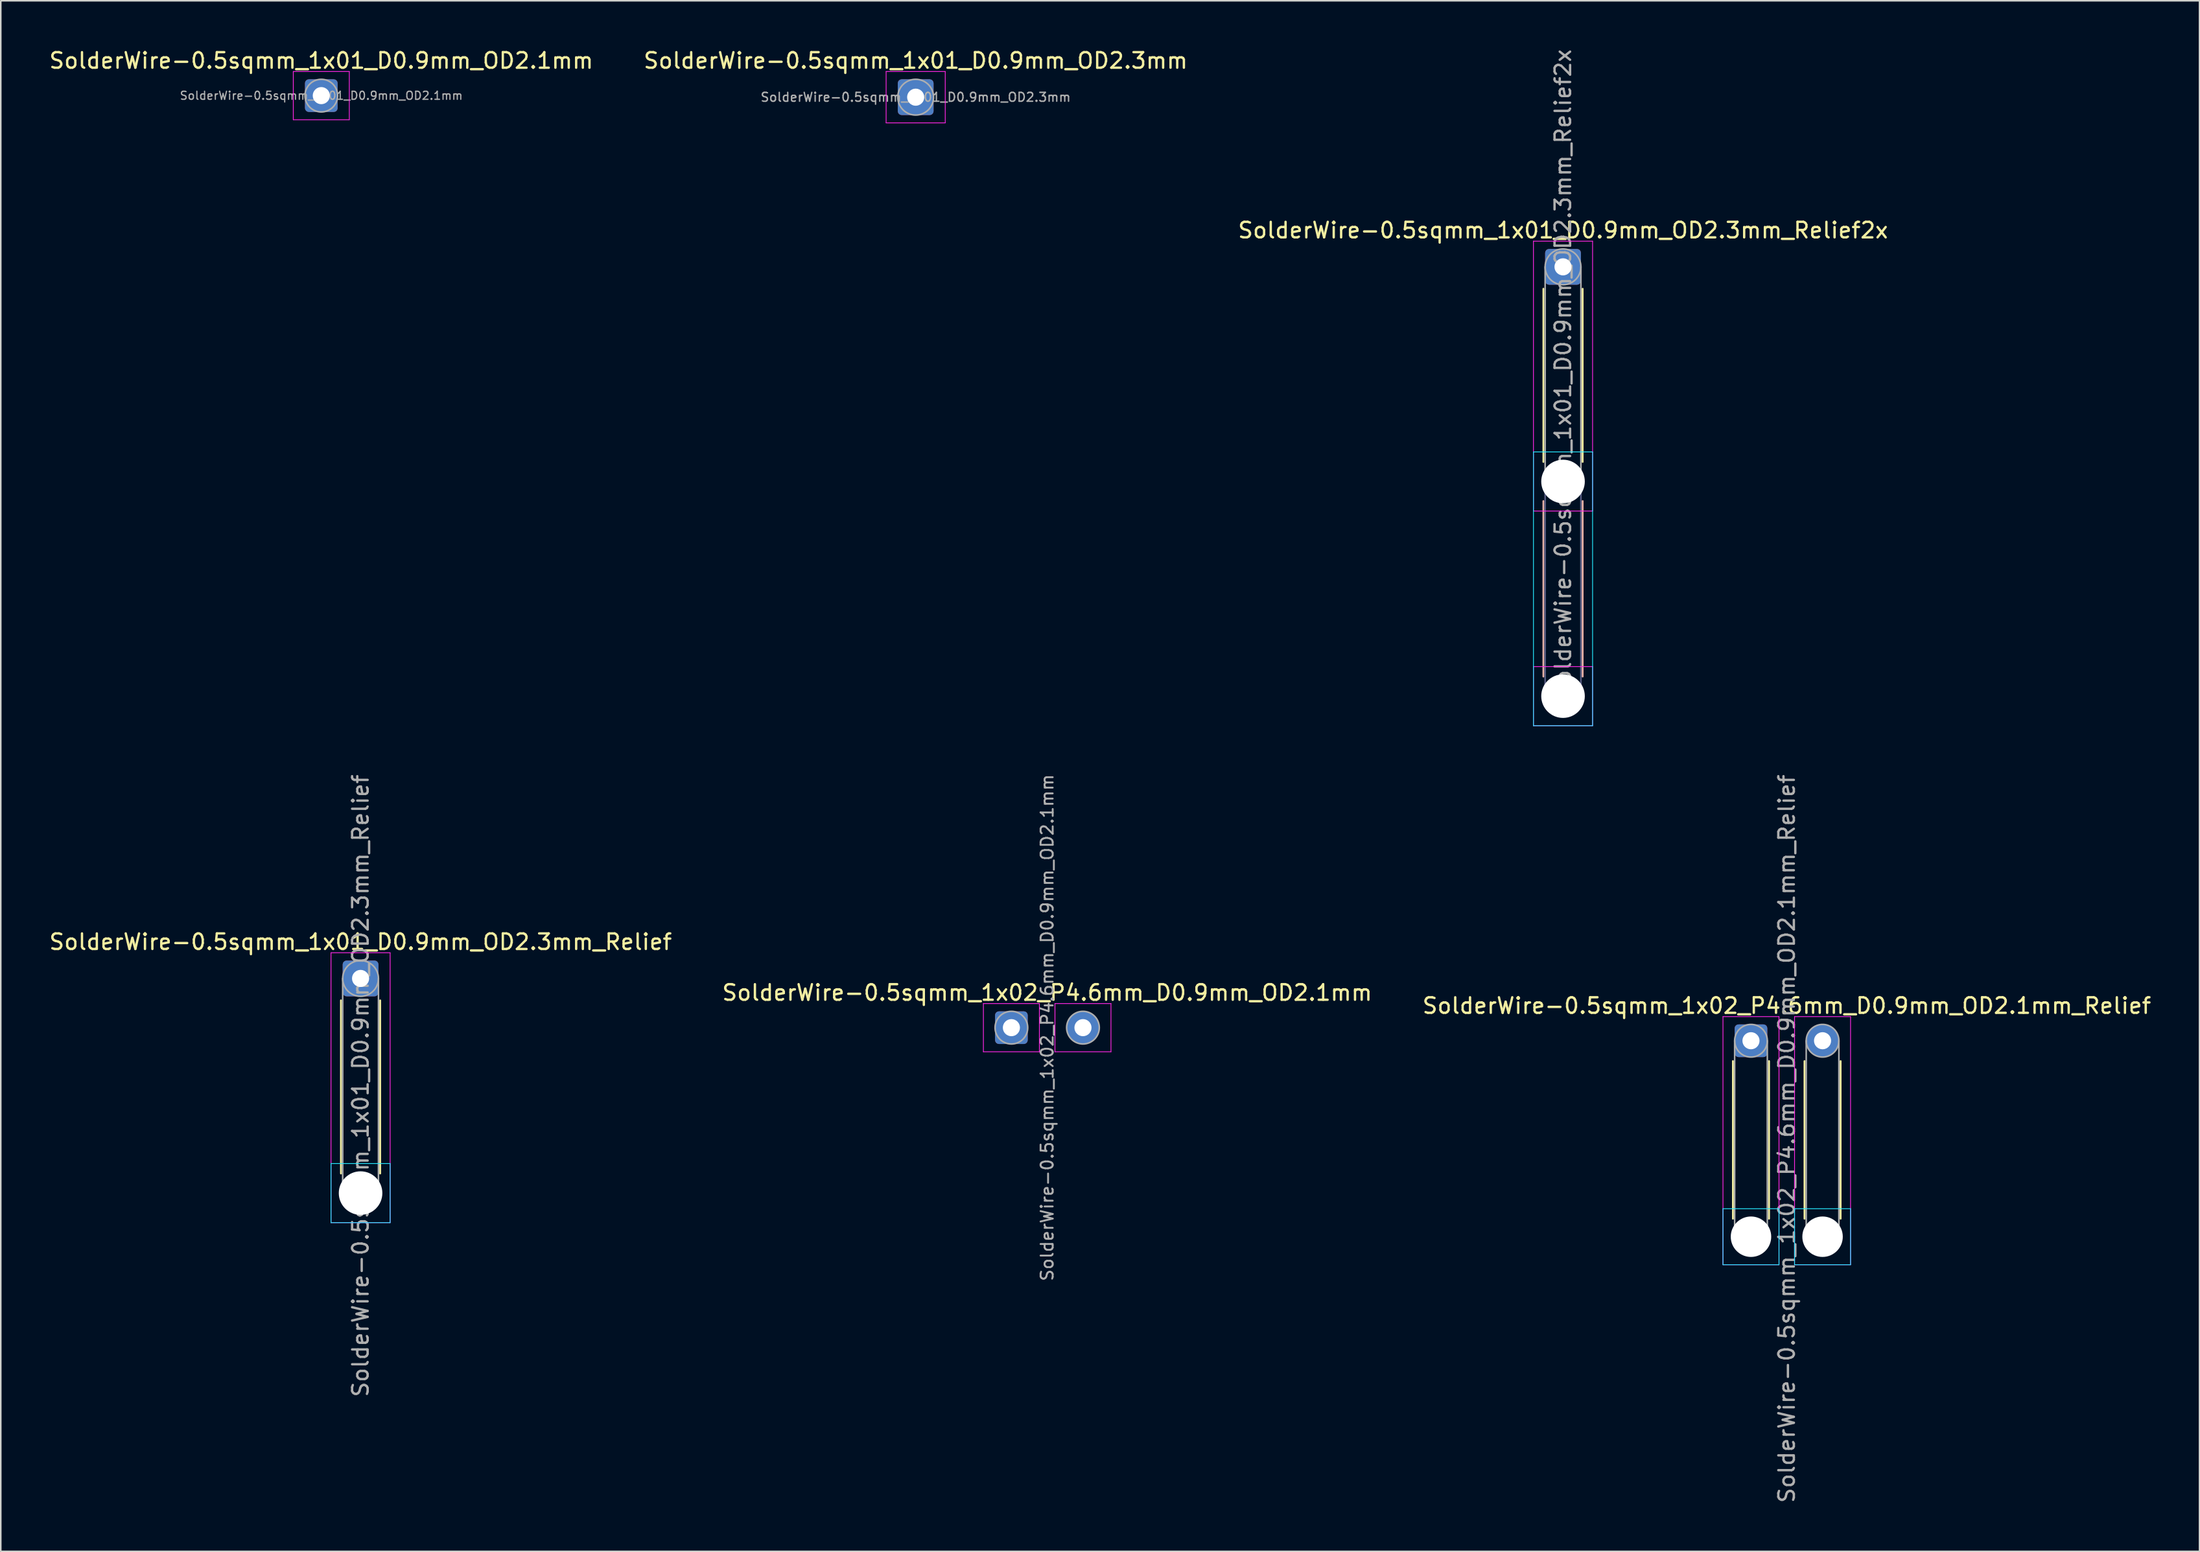
<source format=kicad_pcb>
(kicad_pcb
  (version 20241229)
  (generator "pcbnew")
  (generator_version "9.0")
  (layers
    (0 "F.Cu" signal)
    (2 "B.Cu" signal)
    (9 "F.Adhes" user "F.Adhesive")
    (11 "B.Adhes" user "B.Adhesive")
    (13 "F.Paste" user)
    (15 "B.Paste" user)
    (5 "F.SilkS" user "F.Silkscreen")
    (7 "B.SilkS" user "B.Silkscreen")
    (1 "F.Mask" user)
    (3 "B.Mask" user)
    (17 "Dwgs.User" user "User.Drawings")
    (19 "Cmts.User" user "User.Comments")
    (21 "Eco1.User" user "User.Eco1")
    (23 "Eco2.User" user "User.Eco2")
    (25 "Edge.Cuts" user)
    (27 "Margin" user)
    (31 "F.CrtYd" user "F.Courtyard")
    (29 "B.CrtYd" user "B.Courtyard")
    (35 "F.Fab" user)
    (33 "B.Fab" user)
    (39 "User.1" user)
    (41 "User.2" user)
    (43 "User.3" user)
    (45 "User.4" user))
  (footprint "SolderWire-0.5sqmm_1x02_P4.6mm_D0.9mm_OD2.1mm_Relief"
    (layer "F.Cu")
    (at 109.492 63.861)
    (property "Reference" "SolderWire-0.5sqmm_1x02_P4.6mm_D0.9mm_OD2.1mm_Relief" (at 2.3 -2.25 0) (layer "F.SilkS") (effects (font (size 1 1) (thickness 0.15))))
    (attr exclude_from_pos_files exclude_from_bom)
    (fp_line (start -1.16 1.31) (end -1.16 11.44) (stroke (width 0.12) (type solid)) (layer "F.SilkS"))
    (fp_line (start 1.16 1.31) (end 1.16 11.44) (stroke (width 0.12) (type solid)) (layer "F.SilkS"))
    (fp_line (start 3.44 1.31) (end 3.44 11.44) (stroke (width 0.12) (type solid)) (layer "F.SilkS"))
    (fp_line (start 5.76 1.31) (end 5.76 11.44) (stroke (width 0.12) (type solid)) (layer "F.SilkS"))
    (fp_line (start -1.8 10.8) (end -1.8 14.4) (stroke (width 0.05) (type solid)) (layer "B.CrtYd"))
    (fp_line (start -1.8 14.4) (end 1.8 14.4) (stroke (width 0.05) (type solid)) (layer "B.CrtYd"))
    (fp_line (start 1.8 10.8) (end -1.8 10.8) (stroke (width 0.05) (type solid)) (layer "B.CrtYd"))
    (fp_line (start 1.8 14.4) (end 1.8 10.8) (stroke (width 0.05) (type solid)) (layer "B.CrtYd"))
    (fp_line (start 2.8 10.8) (end 2.8 14.4) (stroke (width 0.05) (type solid)) (layer "B.CrtYd"))
    (fp_line (start 2.8 14.4) (end 6.4 14.4) (stroke (width 0.05) (type solid)) (layer "B.CrtYd"))
    (fp_line (start 6.4 10.8) (end 2.8 10.8) (stroke (width 0.05) (type solid)) (layer "B.CrtYd"))
    (fp_line (start 6.4 14.4) (end 6.4 10.8) (stroke (width 0.05) (type solid)) (layer "B.CrtYd"))
    (fp_line (start -1.8 -1.55) (end -1.8 14.4) (stroke (width 0.05) (type solid)) (layer "F.CrtYd"))
    (fp_line (start -1.8 14.4) (end 1.8 14.4) (stroke (width 0.05) (type solid)) (layer "F.CrtYd"))
    (fp_line (start 1.8 -1.55) (end -1.8 -1.55) (stroke (width 0.05) (type solid)) (layer "F.CrtYd"))
    (fp_line (start 1.8 14.4) (end 1.8 -1.55) (stroke (width 0.05) (type solid)) (layer "F.CrtYd"))
    (fp_line (start 2.8 -1.55) (end 2.8 14.4) (stroke (width 0.05) (type solid)) (layer "F.CrtYd"))
    (fp_line (start 2.8 14.4) (end 6.4 14.4) (stroke (width 0.05) (type solid)) (layer "F.CrtYd"))
    (fp_line (start 6.4 -1.55) (end 2.8 -1.55) (stroke (width 0.05) (type solid)) (layer "F.CrtYd"))
    (fp_line (start 6.4 14.4) (end 6.4 -1.55) (stroke (width 0.05) (type solid)) (layer "F.CrtYd"))
    (fp_line (start -1.05 0) (end -1.05 12.6) (stroke (width 0.1) (type solid)) (layer "F.Fab"))
    (fp_line (start 1.05 0) (end 1.05 12.6) (stroke (width 0.1) (type solid)) (layer "F.Fab"))
    (fp_line (start 3.55 0) (end 3.55 12.6) (stroke (width 0.1) (type solid)) (layer "F.Fab"))
    (fp_line (start 5.65 0) (end 5.65 12.6) (stroke (width 0.1) (type solid)) (layer "F.Fab"))
    (fp_circle (center 0 0) (end 1.05 0) (stroke (width 0.1) (type solid)) (fill no) (layer "F.Fab"))
    (fp_circle (center 0 12.6) (end 1.05 12.6) (stroke (width 0.1) (type solid)) (fill no) (layer "F.Fab"))
    (fp_circle (center 4.6 0) (end 5.65 0) (stroke (width 0.1) (type solid)) (fill no) (layer "F.Fab"))
    (fp_circle (center 4.6 12.6) (end 5.65 12.6) (stroke (width 0.1) (type solid)) (fill no) (layer "F.Fab"))
    (fp_text user "${REFERENCE}" (at 2.3 6.3 90) (layer "F.Fab") (effects (font (size 1 1) (thickness 0.15))))
    (pad "" np_thru_hole circle (at 0 12.6) (size 2.6 2.6) (drill 2.6) (layers "*.Cu" "*.Mask"))
    (pad "" np_thru_hole circle (at 4.6 12.6) (size 2.6 2.6) (drill 2.6) (layers "*.Cu" "*.Mask"))
    (pad "1" thru_hole roundrect (at 0 0) (size 2.1 2.1) (drill 1.1) (layers "*.Cu" "*.Mask") (roundrect_rratio 0.119))
    (pad "2" thru_hole circle (at 4.6 0) (size 2.1 2.1) (drill 1.1) (layers "*.Cu" "*.Mask")))
  (footprint "SolderWire-0.5sqmm_1x01_D0.9mm_OD2.3mm_Relief2x"
    (layer "F.Cu")
    (at 97.411 14.106)
    (property "Reference" "SolderWire-0.5sqmm_1x01_D0.9mm_OD2.3mm_Relief2x" (at 0 -2.35 0) (layer "F.SilkS") (effects (font (size 1 1) (thickness 0.15))))
    (attr exclude_from_pos_files exclude_from_bom)
    (fp_line (start -1.26 1.41) (end -1.26 12.54) (stroke (width 0.12) (type solid)) (layer "F.SilkS"))
    (fp_line (start 1.26 1.41) (end 1.26 12.54) (stroke (width 0.12) (type solid)) (layer "F.SilkS"))
    (fp_line (start -1.26 15.06) (end -1.26 26.34) (stroke (width 0.12) (type solid)) (layer "B.SilkS"))
    (fp_line (start 1.26 15.06) (end 1.26 26.34) (stroke (width 0.12) (type solid)) (layer "B.SilkS"))
    (fp_line (start -1.9 11.9) (end -1.9 29.5) (stroke (width 0.05) (type solid)) (layer "B.CrtYd"))
    (fp_line (start -1.9 29.5) (end 1.9 29.5) (stroke (width 0.05) (type solid)) (layer "B.CrtYd"))
    (fp_line (start 1.9 11.9) (end -1.9 11.9) (stroke (width 0.05) (type solid)) (layer "B.CrtYd"))
    (fp_line (start 1.9 29.5) (end 1.9 11.9) (stroke (width 0.05) (type solid)) (layer "B.CrtYd"))
    (fp_line (start -1.9 -1.65) (end -1.9 15.7) (stroke (width 0.05) (type solid)) (layer "F.CrtYd"))
    (fp_line (start -1.9 15.7) (end 1.9 15.7) (stroke (width 0.05) (type solid)) (layer "F.CrtYd"))
    (fp_line (start -1.9 25.7) (end -1.9 29.5) (stroke (width 0.05) (type solid)) (layer "F.CrtYd"))
    (fp_line (start -1.9 29.5) (end 1.9 29.5) (stroke (width 0.05) (type solid)) (layer "F.CrtYd"))
    (fp_line (start 1.9 -1.65) (end -1.9 -1.65) (stroke (width 0.05) (type solid)) (layer "F.CrtYd"))
    (fp_line (start 1.9 15.7) (end 1.9 -1.65) (stroke (width 0.05) (type solid)) (layer "F.CrtYd"))
    (fp_line (start 1.9 25.7) (end -1.9 25.7) (stroke (width 0.05) (type solid)) (layer "F.CrtYd"))
    (fp_line (start 1.9 29.5) (end 1.9 25.7) (stroke (width 0.05) (type solid)) (layer "F.CrtYd"))
    (fp_line (start -1.15 13.8) (end -1.15 27.6) (stroke (width 0.1) (type solid)) (layer "B.Fab"))
    (fp_line (start 1.15 13.8) (end 1.15 27.6) (stroke (width 0.1) (type solid)) (layer "B.Fab"))
    (fp_circle (center 0 13.8) (end 1.15 13.8) (stroke (width 0.1) (type solid)) (fill no) (layer "B.Fab"))
    (fp_circle (center 0 27.6) (end 1.15 27.6) (stroke (width 0.1) (type solid)) (fill no) (layer "B.Fab"))
    (fp_line (start -1.15 0) (end -1.15 13.8) (stroke (width 0.1) (type solid)) (layer "F.Fab"))
    (fp_line (start 1.15 0) (end 1.15 13.8) (stroke (width 0.1) (type solid)) (layer "F.Fab"))
    (fp_circle (center 0 0) (end 1.15 0) (stroke (width 0.1) (type solid)) (fill no) (layer "F.Fab"))
    (fp_circle (center 0 13.8) (end 1.15 13.8) (stroke (width 0.1) (type solid)) (fill no) (layer "F.Fab"))
    (fp_circle (center 0 27.6) (end 1.15 27.6) (stroke (width 0.1) (type solid)) (fill no) (layer "F.Fab"))
    (fp_text user "${REFERENCE}" (at 0 6.9 90) (layer "F.Fab") (effects (font (size 1 1) (thickness 0.15))))
    (pad "" np_thru_hole circle (at 0 13.8) (size 2.8 2.8) (drill 2.8) (layers "*.Cu" "*.Mask"))
    (pad "" np_thru_hole circle (at 0 27.6) (size 2.8 2.8) (drill 2.8) (layers "*.Cu" "*.Mask"))
    (pad "1" thru_hole roundrect (at 0 0) (size 2.3 2.3) (drill 1.1) (layers "*.Cu" "*.Mask") (roundrect_rratio 0.109)))
  (footprint "SolderWire-0.5sqmm_1x01_D0.9mm_OD2.3mm"
    (layer "F.Cu")
    (at 55.804 3.198)
    (property "Reference" "SolderWire-0.5sqmm_1x01_D0.9mm_OD2.3mm" (at 0 -2.35 0) (layer "F.SilkS") (effects (font (size 1 1) (thickness 0.15))))
    (attr exclude_from_pos_files exclude_from_bom)
    (fp_line (start -1.9 -1.65) (end -1.9 1.65) (stroke (width 0.05) (type solid)) (layer "F.CrtYd"))
    (fp_line (start -1.9 1.65) (end 1.9 1.65) (stroke (width 0.05) (type solid)) (layer "F.CrtYd"))
    (fp_line (start 1.9 -1.65) (end -1.9 -1.65) (stroke (width 0.05) (type solid)) (layer "F.CrtYd"))
    (fp_line (start 1.9 1.65) (end 1.9 -1.65) (stroke (width 0.05) (type solid)) (layer "F.CrtYd"))
    (fp_circle (center 0 0) (end 1.15 0) (stroke (width 0.1) (type solid)) (fill no) (layer "F.Fab"))
    (fp_text user "${REFERENCE}" (at 0 0 0) (layer "F.Fab") (effects (font (size 0.57 0.57) (thickness 0.09))))
    (pad "1" thru_hole roundrect (at 0 0) (size 2.3 2.3) (drill 1.1) (layers "*.Cu" "*.Mask") (roundrect_rratio 0.109)))
  (footprint "SolderWire-0.5sqmm_1x02_P4.6mm_D0.9mm_OD2.1mm"
    (layer "F.Cu")
    (at 61.956 63.02)
    (property "Reference" "SolderWire-0.5sqmm_1x02_P4.6mm_D0.9mm_OD2.1mm" (at 2.3 -2.25 0) (layer "F.SilkS") (effects (font (size 1 1) (thickness 0.15))))
    (attr exclude_from_pos_files exclude_from_bom)
    (fp_line (start -1.8 -1.55) (end -1.8 1.55) (stroke (width 0.05) (type solid)) (layer "F.CrtYd"))
    (fp_line (start -1.8 1.55) (end 1.8 1.55) (stroke (width 0.05) (type solid)) (layer "F.CrtYd"))
    (fp_line (start 1.8 -1.55) (end -1.8 -1.55) (stroke (width 0.05) (type solid)) (layer "F.CrtYd"))
    (fp_line (start 1.8 1.55) (end 1.8 -1.55) (stroke (width 0.05) (type solid)) (layer "F.CrtYd"))
    (fp_line (start 2.8 -1.55) (end 2.8 1.55) (stroke (width 0.05) (type solid)) (layer "F.CrtYd"))
    (fp_line (start 2.8 1.55) (end 6.4 1.55) (stroke (width 0.05) (type solid)) (layer "F.CrtYd"))
    (fp_line (start 6.4 -1.55) (end 2.8 -1.55) (stroke (width 0.05) (type solid)) (layer "F.CrtYd"))
    (fp_line (start 6.4 1.55) (end 6.4 -1.55) (stroke (width 0.05) (type solid)) (layer "F.CrtYd"))
    (fp_circle (center 0 0) (end 1.05 0) (stroke (width 0.1) (type solid)) (fill no) (layer "F.Fab"))
    (fp_circle (center 4.6 0) (end 5.65 0) (stroke (width 0.1) (type solid)) (fill no) (layer "F.Fab"))
    (fp_text user "${REFERENCE}" (at 2.3 0 90) (layer "F.Fab") (effects (font (size 0.78 0.78) (thickness 0.12))))
    (pad "1" thru_hole roundrect (at 0 0) (size 2.1 2.1) (drill 1.1) (layers "*.Cu" "*.Mask") (roundrect_rratio 0.119))
    (pad "2" thru_hole circle (at 4.6 0) (size 2.1 2.1) (drill 1.1) (layers "*.Cu" "*.Mask")))
  (footprint "SolderWire-0.5sqmm_1x01_D0.9mm_OD2.3mm_Relief"
    (layer "F.Cu")
    (at 20.125 59.856)
    (property "Reference" "SolderWire-0.5sqmm_1x01_D0.9mm_OD2.3mm_Relief" (at 0 -2.35 0) (layer "F.SilkS") (effects (font (size 1 1) (thickness 0.15))))
    (attr exclude_from_pos_files exclude_from_bom)
    (fp_line (start -1.26 1.41) (end -1.26 12.54) (stroke (width 0.12) (type solid)) (layer "F.SilkS"))
    (fp_line (start 1.26 1.41) (end 1.26 12.54) (stroke (width 0.12) (type solid)) (layer "F.SilkS"))
    (fp_line (start -1.9 11.9) (end -1.9 15.7) (stroke (width 0.05) (type solid)) (layer "B.CrtYd"))
    (fp_line (start -1.9 15.7) (end 1.9 15.7) (stroke (width 0.05) (type solid)) (layer "B.CrtYd"))
    (fp_line (start 1.9 11.9) (end -1.9 11.9) (stroke (width 0.05) (type solid)) (layer "B.CrtYd"))
    (fp_line (start 1.9 15.7) (end 1.9 11.9) (stroke (width 0.05) (type solid)) (layer "B.CrtYd"))
    (fp_line (start -1.9 -1.65) (end -1.9 15.7) (stroke (width 0.05) (type solid)) (layer "F.CrtYd"))
    (fp_line (start -1.9 15.7) (end 1.9 15.7) (stroke (width 0.05) (type solid)) (layer "F.CrtYd"))
    (fp_line (start 1.9 -1.65) (end -1.9 -1.65) (stroke (width 0.05) (type solid)) (layer "F.CrtYd"))
    (fp_line (start 1.9 15.7) (end 1.9 -1.65) (stroke (width 0.05) (type solid)) (layer "F.CrtYd"))
    (fp_line (start -1.15 0) (end -1.15 13.8) (stroke (width 0.1) (type solid)) (layer "F.Fab"))
    (fp_line (start 1.15 0) (end 1.15 13.8) (stroke (width 0.1) (type solid)) (layer "F.Fab"))
    (fp_circle (center 0 0) (end 1.15 0) (stroke (width 0.1) (type solid)) (fill no) (layer "F.Fab"))
    (fp_circle (center 0 13.8) (end 1.15 13.8) (stroke (width 0.1) (type solid)) (fill no) (layer "F.Fab"))
    (fp_text user "${REFERENCE}" (at 0 6.9 90) (layer "F.Fab") (effects (font (size 1 1) (thickness 0.15))))
    (pad "" np_thru_hole circle (at 0 13.8) (size 2.8 2.8) (drill 2.8) (layers "*.Cu" "*.Mask"))
    (pad "1" thru_hole roundrect (at 0 0) (size 2.3 2.3) (drill 1.1) (layers "*.Cu" "*.Mask") (roundrect_rratio 0.109)))
  (footprint "SolderWire-0.5sqmm_1x01_D0.9mm_OD2.1mm"
    (layer "F.Cu")
    (at 17.601 3.098)
    (property "Reference" "SolderWire-0.5sqmm_1x01_D0.9mm_OD2.1mm" (at 0 -2.25 0) (layer "F.SilkS") (effects (font (size 1 1) (thickness 0.15))))
    (attr exclude_from_pos_files exclude_from_bom)
    (fp_line (start -1.8 -1.55) (end -1.8 1.55) (stroke (width 0.05) (type solid)) (layer "F.CrtYd"))
    (fp_line (start -1.8 1.55) (end 1.8 1.55) (stroke (width 0.05) (type solid)) (layer "F.CrtYd"))
    (fp_line (start 1.8 -1.55) (end -1.8 -1.55) (stroke (width 0.05) (type solid)) (layer "F.CrtYd"))
    (fp_line (start 1.8 1.55) (end 1.8 -1.55) (stroke (width 0.05) (type solid)) (layer "F.CrtYd"))
    (fp_circle (center 0 0) (end 1.05 0) (stroke (width 0.1) (type solid)) (fill no) (layer "F.Fab"))
    (fp_text user "${REFERENCE}" (at 0 0 0) (layer "F.Fab") (effects (font (size 0.52 0.52) (thickness 0.08))))
    (pad "1" thru_hole roundrect (at 0 0) (size 2.1 2.1) (drill 1.1) (layers "*.Cu" "*.Mask") (roundrect_rratio 0.119)))
  (gr_rect
    (start -3 -3)
    (end 138.321 96.69)
    (stroke (width 0.1) (type default))
    (fill no)
    (layer "Edge.Cuts")))
</source>
